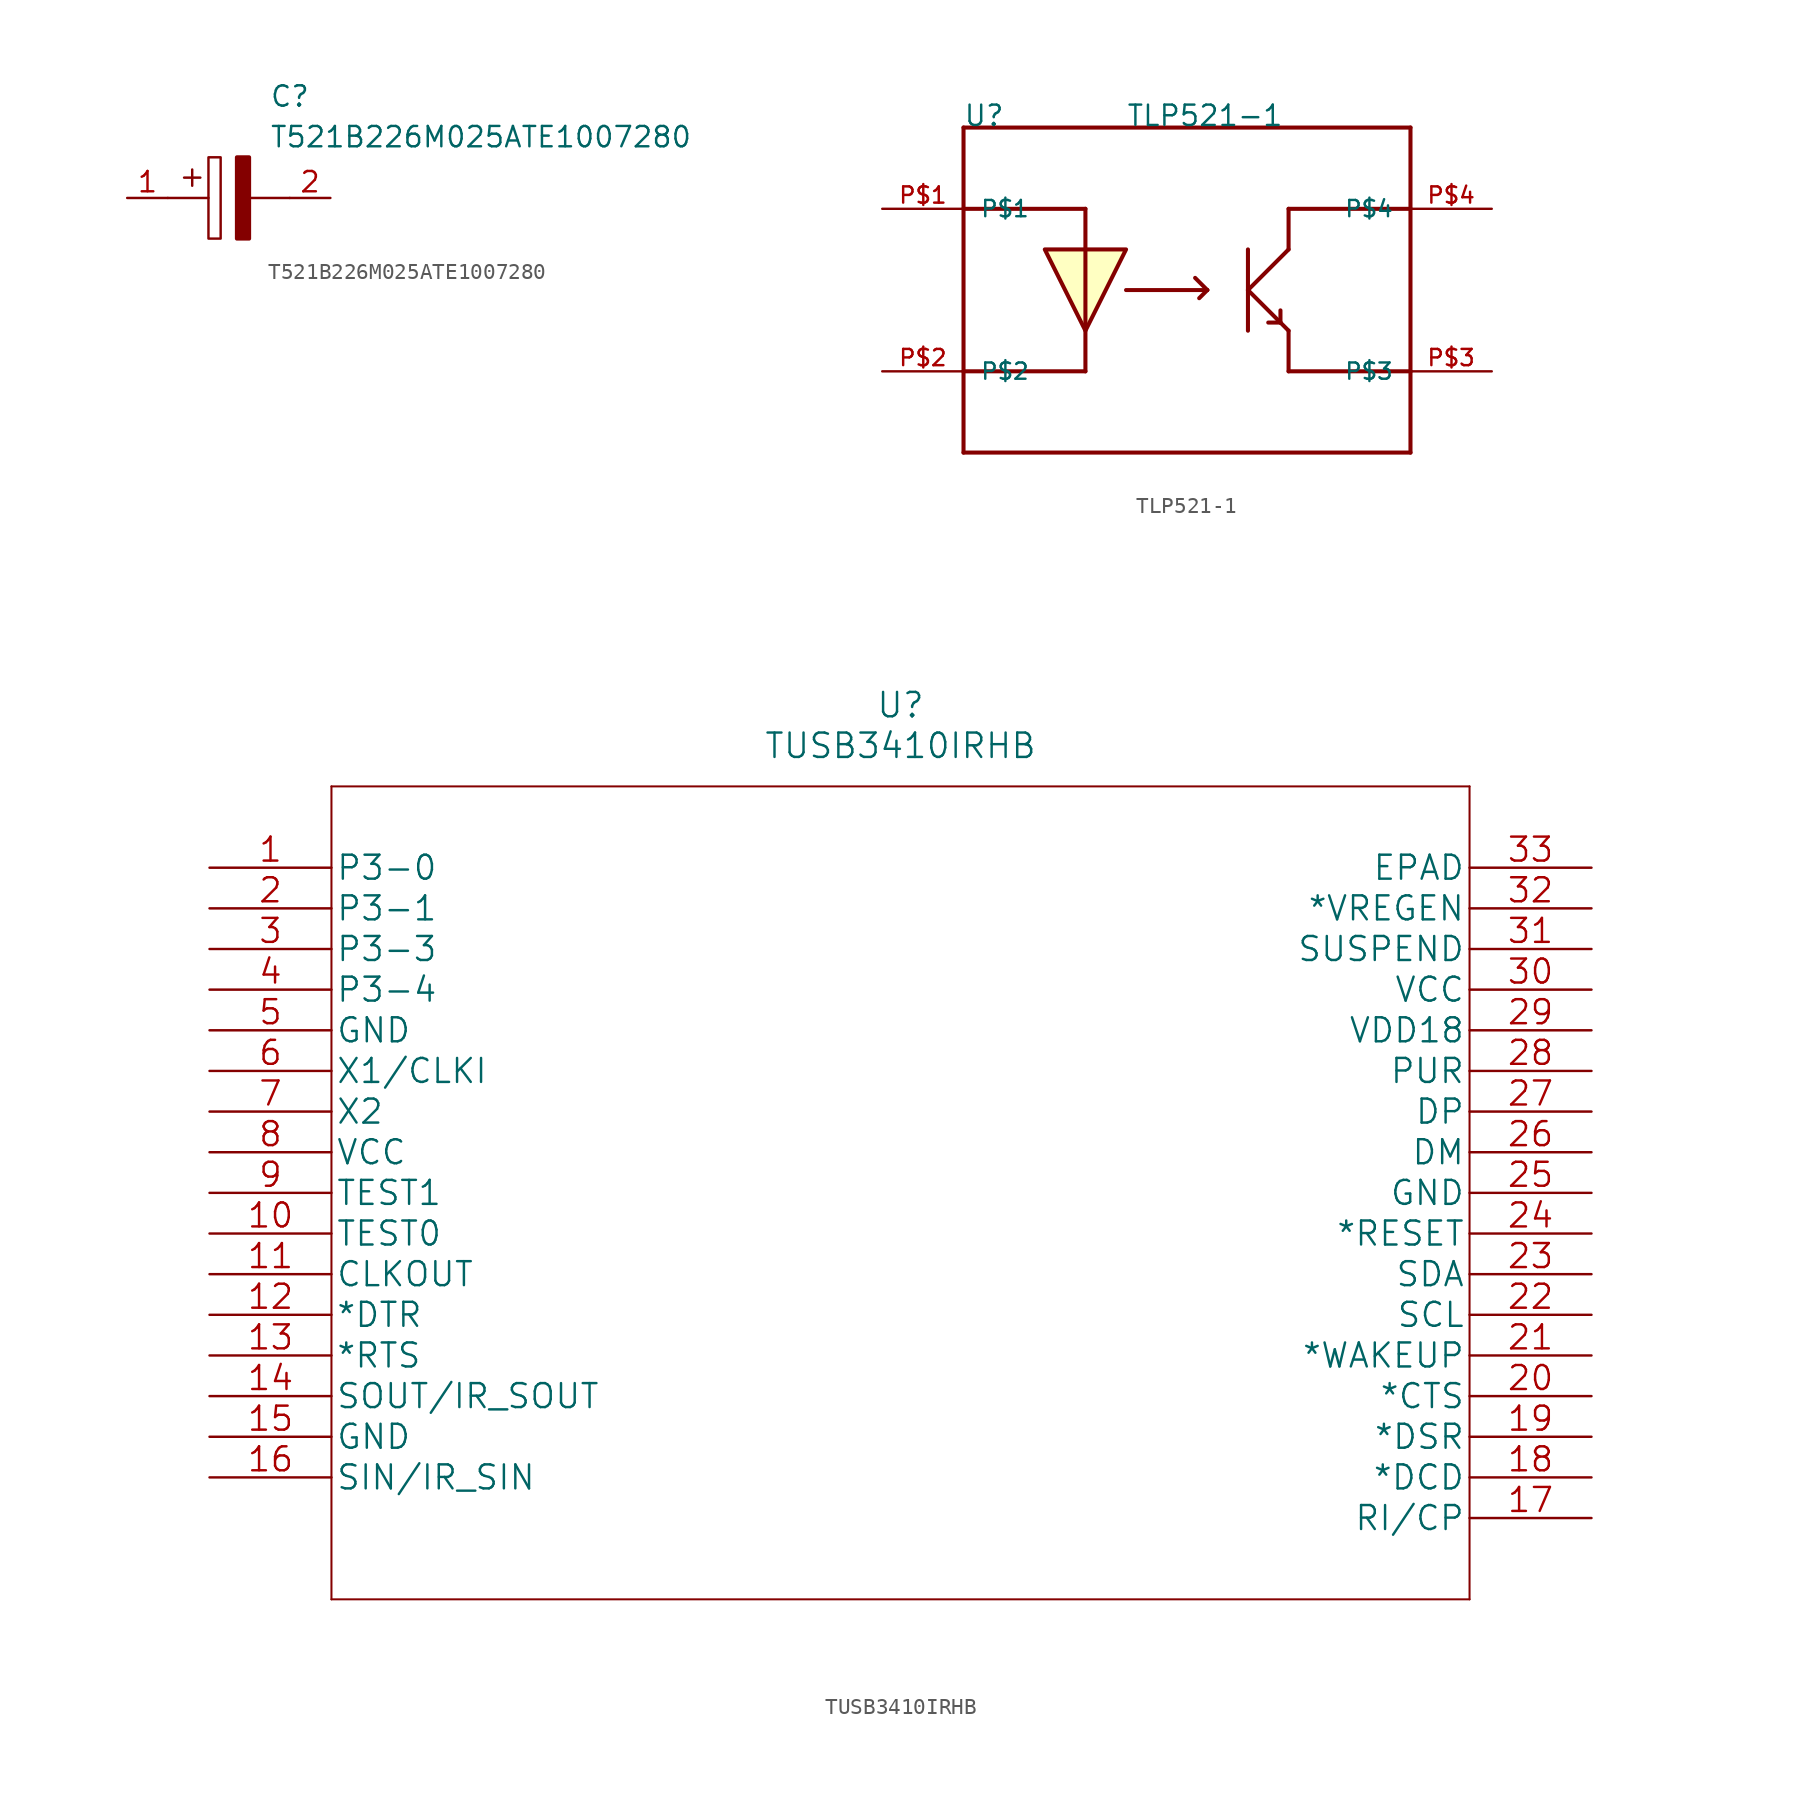
<source format=kicad_sym>
(kicad_symbol_lib
  (version 20211014)
  (generator kicad_symbol_editor)
  (symbol "T521B226M025ATE1007280"
    (pin_names
      (offset 0.762))
    (property "Reference" "C"
      (at 8.89 6.35 0)
      (effects (font (size 1.27 1.27)) (justify left)))
    (property "Value" "T521B226M025ATE1007280"
      (at 8.89 3.81 0)
      (effects (font (size 1.27 1.27)) (justify left)))
    (symbol "T521B226M025ATE1007280_0_0"
      (pin passive line (at 0 0 0) (length 2.54) (name "~" (effects (font (size 1.27 1.27)))) (number "1" (effects (font (size 1.27 1.27)))))
      (pin passive line (at 12.7 0 180) (length 2.54) (name "~" (effects (font (size 1.27 1.27)))) (number "2" (effects (font (size 1.27 1.27))))))
    (symbol "T521B226M025ATE1007280_0_1"
      (polyline (pts (xy 2.54 0) (xy 5.08 0)) (stroke (width 0.152) (type default) (color 0 0 0 0)) (fill (type none)))
      (polyline (pts (xy 4.064 1.778) (xy 4.064 0.762)) (stroke (width 0.152) (type default) (color 0 0 0 0)) (fill (type none)))
      (polyline (pts (xy 4.572 1.27) (xy 3.556 1.27)) (stroke (width 0.152) (type default) (color 0 0 0 0)) (fill (type none)))
      (polyline (pts (xy 7.62 0) (xy 10.16 0)) (stroke (width 0.152) (type default) (color 0 0 0 0)) (fill (type none)))
      (polyline (pts (xy 5.08 2.54) (xy 5.08 -2.54) (xy 5.842 -2.54) (xy 5.842 2.54) (xy 5.08 2.54)) (stroke (width 0.152) (type default) (color 0 0 0 0)) (fill (type none)))
      (polyline (pts (xy 7.62 2.54) (xy 7.62 -2.54) (xy 6.858 -2.54) (xy 6.858 2.54) (xy 7.62 2.54)) (stroke (width 0.254) (type default) (color 0 0 0 0)) (fill (type outline)))))
  (symbol "TLP521-1"
    (pin_names
      (offset 1.016))
    (property "Reference" "U"
      (at -15.265 7.62 0)
      (effects (font (size 1.27 1.27)) (justify left bottom)))
    (property "Value" "TLP521-1"
      (at -5.08 7.62 0)
      (effects (font (size 1.27 1.27)) (justify left bottom)))
    (property "ki_locked" ""
      (at 0 0 0)
      (effects (font (size 1.27 1.27))))
    (symbol "TLP521-1_0_0"
      (polyline (pts (xy -15.24 -12.7) (xy 12.7 -12.7)) (stroke (width 0.254) (type default) (color 0 0 0 0)) (fill (type none)))
      (polyline (pts (xy -15.24 -7.62) (xy -15.24 -12.7)) (stroke (width 0.254) (type default) (color 0 0 0 0)) (fill (type none)))
      (polyline (pts (xy -15.24 2.54) (xy -15.24 -7.62)) (stroke (width 0.254) (type default) (color 0 0 0 0)) (fill (type none)))
      (polyline (pts (xy -15.24 2.54) (xy -7.62 2.54)) (stroke (width 0.254) (type default) (color 0 0 0 0)) (fill (type none)))
      (polyline (pts (xy -15.24 7.62) (xy -15.24 2.54)) (stroke (width 0.254) (type default) (color 0 0 0 0)) (fill (type none)))
      (polyline (pts (xy -7.62 -7.62) (xy -15.24 -7.62)) (stroke (width 0.254) (type default) (color 0 0 0 0)) (fill (type none)))
      (polyline (pts (xy -7.62 2.54) (xy -7.62 -7.62)) (stroke (width 0.254) (type default) (color 0 0 0 0)) (fill (type none)))
      (polyline (pts (xy -5.08 -2.54) (xy 0 -2.54)) (stroke (width 0.254) (type default) (color 0 0 0 0)) (fill (type none)))
      (polyline (pts (xy 0 -2.54) (xy -0.762 -1.778)) (stroke (width 0.254) (type default) (color 0 0 0 0)) (fill (type none)))
      (polyline (pts (xy 0 -2.54) (xy -0.508 -3.048)) (stroke (width 0.254) (type default) (color 0 0 0 0)) (fill (type none)))
      (polyline (pts (xy 2.54 -2.54) (xy 2.54 -5.08)) (stroke (width 0.254) (type default) (color 0 0 0 0)) (fill (type none)))
      (polyline (pts (xy 2.54 -2.54) (xy 4.572 -4.572)) (stroke (width 0.254) (type default) (color 0 0 0 0)) (fill (type none)))
      (polyline (pts (xy 2.54 0) (xy 2.54 -2.54)) (stroke (width 0.254) (type default) (color 0 0 0 0)) (fill (type none)))
      (polyline (pts (xy 4.572 -4.572) (xy 3.81 -4.572)) (stroke (width 0.254) (type default) (color 0 0 0 0)) (fill (type none)))
      (polyline (pts (xy 4.572 -4.572) (xy 4.572 -3.81)) (stroke (width 0.254) (type default) (color 0 0 0 0)) (fill (type none)))
      (polyline (pts (xy 4.572 -4.572) (xy 5.08 -5.08)) (stroke (width 0.254) (type default) (color 0 0 0 0)) (fill (type none)))
      (polyline (pts (xy 5.08 -7.62) (xy 12.7 -7.62)) (stroke (width 0.254) (type default) (color 0 0 0 0)) (fill (type none)))
      (polyline (pts (xy 5.08 -5.08) (xy 5.08 -7.62)) (stroke (width 0.254) (type default) (color 0 0 0 0)) (fill (type none)))
      (polyline (pts (xy 5.08 0) (xy 2.54 -2.54)) (stroke (width 0.254) (type default) (color 0 0 0 0)) (fill (type none)))
      (polyline (pts (xy 5.08 2.54) (xy 5.08 0)) (stroke (width 0.254) (type default) (color 0 0 0 0)) (fill (type none)))
      (polyline (pts (xy 12.7 -12.7) (xy 12.7 -7.62)) (stroke (width 0.254) (type default) (color 0 0 0 0)) (fill (type none)))
      (polyline (pts (xy 12.7 -7.62) (xy 12.7 2.54)) (stroke (width 0.254) (type default) (color 0 0 0 0)) (fill (type none)))
      (polyline (pts (xy 12.7 2.54) (xy 5.08 2.54)) (stroke (width 0.254) (type default) (color 0 0 0 0)) (fill (type none)))
      (polyline (pts (xy 12.7 2.54) (xy 12.7 7.62)) (stroke (width 0.254) (type default) (color 0 0 0 0)) (fill (type none)))
      (polyline (pts (xy 12.7 7.62) (xy -15.24 7.62)) (stroke (width 0.254) (type default) (color 0 0 0 0)) (fill (type none)))
      (polyline (pts (xy -10.16 0) (xy -5.08 0) (xy -7.62 -5.08) (xy -10.16 0)) (stroke (width 0.254) (type default) (color 0 0 0 0)) (fill (type background)))
      (pin bidirectional line (at -20.32 2.54 0) (length 5.08) (name "P$1" (effects (font (size 1.016 1.016)))) (number "P$1" (effects (font (size 1.016 1.016)))))
      (pin bidirectional line (at -20.32 -7.62 0) (length 5.08) (name "P$2" (effects (font (size 1.016 1.016)))) (number "P$2" (effects (font (size 1.016 1.016)))))
      (pin bidirectional line (at 17.78 -7.62 180) (length 5.08) (name "P$3" (effects (font (size 1.016 1.016)))) (number "P$3" (effects (font (size 1.016 1.016)))))
      (pin bidirectional line (at 17.78 2.54 180) (length 5.08) (name "P$4" (effects (font (size 1.016 1.016)))) (number "P$4" (effects (font (size 1.016 1.016)))))))
  (symbol "TUSB3410IRHB"
    (pin_names
      (offset 0.254))
    (property "Reference" "U"
      (at 43.18 10.16 0)
      (effects (font (size 1.524 1.524))))
    (property "Value" "TUSB3410IRHB"
      (at 43.18 7.62 0)
      (effects (font (size 1.524 1.524))))
    (property "Datasheet" ""
      (at 0 0 0)
      (effects (font (size 1.524 1.524))))
    (property "ki_locked" ""
      (at 0 0 0)
      (effects (font (size 1.27 1.27))))
    (symbol "TUSB3410IRHB_1_1"
      (polyline (pts (xy 7.62 -45.72) (xy 78.74 -45.72)) (stroke (width 0.127) (type default) (color 0 0 0 0)) (fill (type none)))
      (polyline (pts (xy 7.62 5.08) (xy 7.62 -45.72)) (stroke (width 0.127) (type default) (color 0 0 0 0)) (fill (type none)))
      (polyline (pts (xy 78.74 -45.72) (xy 78.74 5.08)) (stroke (width 0.127) (type default) (color 0 0 0 0)) (fill (type none)))
      (polyline (pts (xy 78.74 5.08) (xy 7.62 5.08)) (stroke (width 0.127) (type default) (color 0 0 0 0)) (fill (type none)))
      (pin bidirectional line (at 0 0 0) (length 7.62) (name "P3-0" (effects (font (size 1.499 1.499)))) (number "1" (effects (font (size 1.499 1.499)))))
      (pin input line (at 0 -22.86 0) (length 7.62) (name "TEST0" (effects (font (size 1.499 1.499)))) (number "10" (effects (font (size 1.499 1.499)))))
      (pin output line (at 0 -25.4 0) (length 7.62) (name "CLKOUT" (effects (font (size 1.499 1.499)))) (number "11" (effects (font (size 1.499 1.499)))))
      (pin output line (at 0 -27.94 0) (length 7.62) (name "*DTR" (effects (font (size 1.499 1.499)))) (number "12" (effects (font (size 1.499 1.499)))))
      (pin output line (at 0 -30.48 0) (length 7.62) (name "*RTS" (effects (font (size 1.499 1.499)))) (number "13" (effects (font (size 1.499 1.499)))))
      (pin output line (at 0 -33.02 0) (length 7.62) (name "SOUT/IR_SOUT" (effects (font (size 1.499 1.499)))) (number "14" (effects (font (size 1.499 1.499)))))
      (pin power_in line (at 0 -35.56 0) (length 7.62) (name "GND" (effects (font (size 1.499 1.499)))) (number "15" (effects (font (size 1.499 1.499)))))
      (pin input line (at 0 -38.1 0) (length 7.62) (name "SIN/IR_SIN" (effects (font (size 1.499 1.499)))) (number "16" (effects (font (size 1.499 1.499)))))
      (pin input line (at 86.36 -40.64 180) (length 7.62) (name "RI/CP" (effects (font (size 1.499 1.499)))) (number "17" (effects (font (size 1.499 1.499)))))
      (pin input line (at 86.36 -38.1 180) (length 7.62) (name "*DCD" (effects (font (size 1.499 1.499)))) (number "18" (effects (font (size 1.499 1.499)))))
      (pin input line (at 86.36 -35.56 180) (length 7.62) (name "*DSR" (effects (font (size 1.499 1.499)))) (number "19" (effects (font (size 1.499 1.499)))))
      (pin bidirectional line (at 0 -2.54 0) (length 7.62) (name "P3-1" (effects (font (size 1.499 1.499)))) (number "2" (effects (font (size 1.499 1.499)))))
      (pin input line (at 86.36 -33.02 180) (length 7.62) (name "*CTS" (effects (font (size 1.499 1.499)))) (number "20" (effects (font (size 1.499 1.499)))))
      (pin input line (at 86.36 -30.48 180) (length 7.62) (name "*WAKEUP" (effects (font (size 1.499 1.499)))) (number "21" (effects (font (size 1.499 1.499)))))
      (pin output line (at 86.36 -27.94 180) (length 7.62) (name "SCL" (effects (font (size 1.499 1.499)))) (number "22" (effects (font (size 1.499 1.499)))))
      (pin bidirectional line (at 86.36 -25.4 180) (length 7.62) (name "SDA" (effects (font (size 1.499 1.499)))) (number "23" (effects (font (size 1.499 1.499)))))
      (pin input line (at 86.36 -22.86 180) (length 7.62) (name "*RESET" (effects (font (size 1.499 1.499)))) (number "24" (effects (font (size 1.499 1.499)))))
      (pin power_in line (at 86.36 -20.32 180) (length 7.62) (name "GND" (effects (font (size 1.499 1.499)))) (number "25" (effects (font (size 1.499 1.499)))))
      (pin bidirectional line (at 86.36 -17.78 180) (length 7.62) (name "DM" (effects (font (size 1.499 1.499)))) (number "26" (effects (font (size 1.499 1.499)))))
      (pin bidirectional line (at 86.36 -15.24 180) (length 7.62) (name "DP" (effects (font (size 1.499 1.499)))) (number "27" (effects (font (size 1.499 1.499)))))
      (pin output line (at 86.36 -12.7 180) (length 7.62) (name "PUR" (effects (font (size 1.499 1.499)))) (number "28" (effects (font (size 1.499 1.499)))))
      (pin power_in line (at 86.36 -10.16 180) (length 7.62) (name "VDD18" (effects (font (size 1.499 1.499)))) (number "29" (effects (font (size 1.499 1.499)))))
      (pin bidirectional line (at 0 -5.08 0) (length 7.62) (name "P3-3" (effects (font (size 1.499 1.499)))) (number "3" (effects (font (size 1.499 1.499)))))
      (pin power_in line (at 86.36 -7.62 180) (length 7.62) (name "VCC" (effects (font (size 1.499 1.499)))) (number "30" (effects (font (size 1.499 1.499)))))
      (pin output line (at 86.36 -5.08 180) (length 7.62) (name "SUSPEND" (effects (font (size 1.499 1.499)))) (number "31" (effects (font (size 1.499 1.499)))))
      (pin input line (at 86.36 -2.54 180) (length 7.62) (name "*VREGEN" (effects (font (size 1.499 1.499)))) (number "32" (effects (font (size 1.499 1.499)))))
      (pin unspecified line (at 86.36 0 180) (length 7.62) (name "EPAD" (effects (font (size 1.499 1.499)))) (number "33" (effects (font (size 1.499 1.499)))))
      (pin bidirectional line (at 0 -7.62 0) (length 7.62) (name "P3-4" (effects (font (size 1.499 1.499)))) (number "4" (effects (font (size 1.499 1.499)))))
      (pin power_in line (at 0 -10.16 0) (length 7.62) (name "GND" (effects (font (size 1.499 1.499)))) (number "5" (effects (font (size 1.499 1.499)))))
      (pin input line (at 0 -12.7 0) (length 7.62) (name "X1/CLKI" (effects (font (size 1.499 1.499)))) (number "6" (effects (font (size 1.499 1.499)))))
      (pin output line (at 0 -15.24 0) (length 7.62) (name "X2" (effects (font (size 1.499 1.499)))) (number "7" (effects (font (size 1.499 1.499)))))
      (pin power_in line (at 0 -17.78 0) (length 7.62) (name "VCC" (effects (font (size 1.499 1.499)))) (number "8" (effects (font (size 1.499 1.499)))))
      (pin input line (at 0 -20.32 0) (length 7.62) (name "TEST1" (effects (font (size 1.499 1.499)))) (number "9" (effects (font (size 1.499 1.499))))))))
</source>
